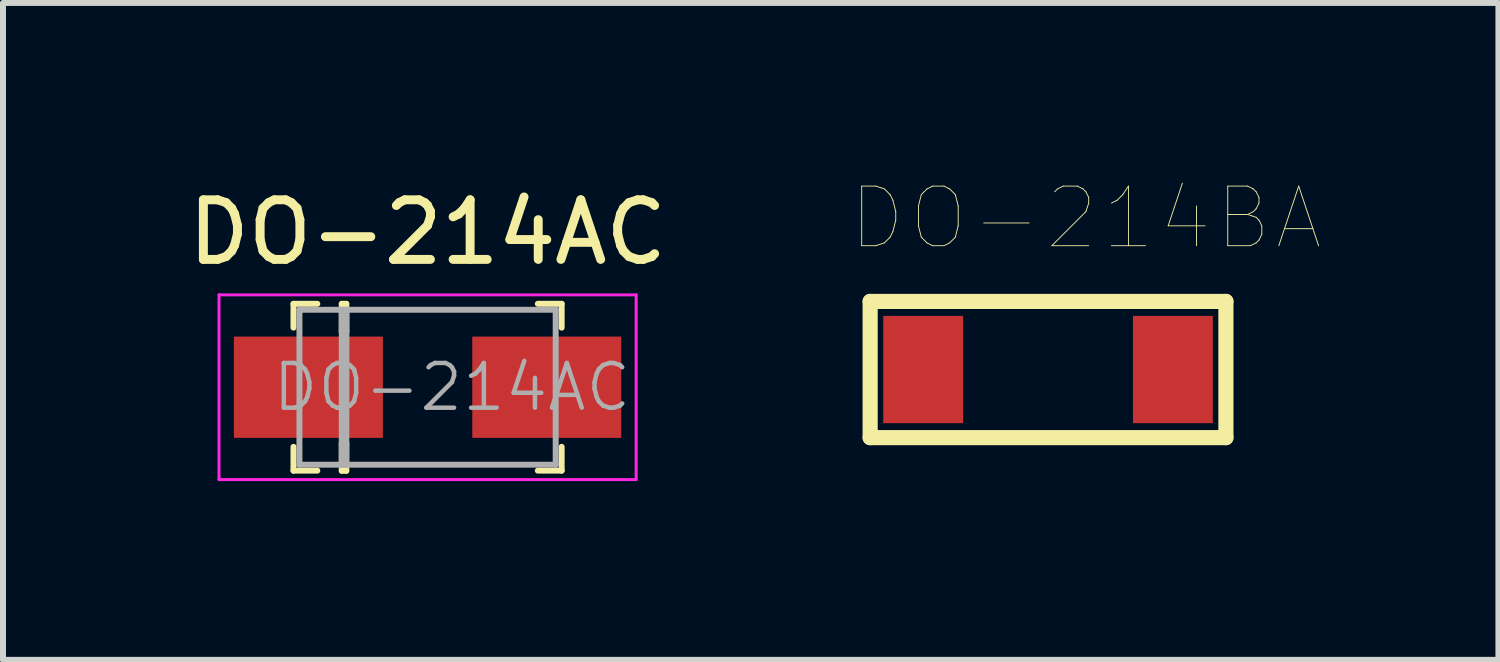
<source format=kicad_pcb>
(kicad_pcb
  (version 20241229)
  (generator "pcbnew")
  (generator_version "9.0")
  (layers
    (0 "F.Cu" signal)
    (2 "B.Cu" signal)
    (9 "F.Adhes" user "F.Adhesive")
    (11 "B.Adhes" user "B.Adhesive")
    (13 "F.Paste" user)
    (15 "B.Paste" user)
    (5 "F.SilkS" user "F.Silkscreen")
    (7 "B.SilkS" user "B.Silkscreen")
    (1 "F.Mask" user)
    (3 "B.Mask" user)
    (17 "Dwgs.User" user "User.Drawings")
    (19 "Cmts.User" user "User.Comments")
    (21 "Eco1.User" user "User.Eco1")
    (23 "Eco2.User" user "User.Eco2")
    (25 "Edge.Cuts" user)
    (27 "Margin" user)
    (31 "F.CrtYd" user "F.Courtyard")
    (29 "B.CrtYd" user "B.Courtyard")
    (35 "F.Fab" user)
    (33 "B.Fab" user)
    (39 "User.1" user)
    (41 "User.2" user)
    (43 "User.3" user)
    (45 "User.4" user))
  (footprint "DO-214BA"
    (layer "F.Cu")
    (at 14.537 3.151)
    (property "Reference" "DO-214BA" (at 0.635 -2.54 0) (layer "F.SilkS") (effects (font (size 1 1) (thickness 0.015))))
    (attr through_hole)
    (fp_line (start -2.985 -1.143) (end 2.985 -1.143) (stroke (width 0.254) (type solid)) (layer "F.SilkS"))
    (fp_line (start -2.985 1.143) (end -2.985 -1.143) (stroke (width 0.254) (type solid)) (layer "F.SilkS"))
    (fp_line (start 2.985 -1.143) (end 2.985 1.143) (stroke (width 0.254) (type solid)) (layer "F.SilkS"))
    (fp_line (start 2.985 1.143) (end -2.985 1.143) (stroke (width 0.254) (type solid)) (layer "F.SilkS"))
    (pad "1" smd rect (at -2.095 0 90) (size 1.8 1.34) (layers "F.Cu" "F.Mask" "F.Paste"))
    (pad "2" smd rect (at 2.095 0 90) (size 1.8 1.34) (layers "F.Cu" "F.Mask" "F.Paste")))
  (footprint "DO-214AC"
    (layer "F.Cu")
    (at 4.125 3.448)
    (property "Reference" "DO-214AC" (at 0 -2.6 0) (layer "F.SilkS") (effects (font (size 1 1) (thickness 0.15))))
    (attr smd)
    (fp_line (start -2.25 -1.4) (end -2.25 -1) (stroke (width 0.1) (type solid)) (layer "F.SilkS"))
    (fp_line (start -2.25 -1.4) (end -1.85 -1.4) (stroke (width 0.1) (type solid)) (layer "F.SilkS"))
    (fp_line (start -2.25 1.4) (end -2.25 1) (stroke (width 0.1) (type solid)) (layer "F.SilkS"))
    (fp_line (start -2.25 1.4) (end -1.85 1.4) (stroke (width 0.1) (type solid)) (layer "F.SilkS"))
    (fp_line (start -1.44 -1.4) (end -1.44 -0.935) (stroke (width 0.1) (type solid)) (layer "F.SilkS"))
    (fp_line (start -1.44 -0.935) (end -1.364 -0.935) (stroke (width 0.1) (type solid)) (layer "F.SilkS"))
    (fp_line (start -1.44 0.942) (end -1.364 0.942) (stroke (width 0.1) (type solid)) (layer "F.SilkS"))
    (fp_line (start -1.44 1.402) (end -1.44 0.942) (stroke (width 0.1) (type solid)) (layer "F.SilkS"))
    (fp_line (start -1.364 -1.4) (end -1.44 -1.4) (stroke (width 0.1) (type solid)) (layer "F.SilkS"))
    (fp_line (start -1.364 -0.935) (end -1.364 -1.4) (stroke (width 0.1) (type solid)) (layer "F.SilkS"))
    (fp_line (start -1.364 0.942) (end -1.364 1.402) (stroke (width 0.1) (type solid)) (layer "F.SilkS"))
    (fp_line (start -1.364 1.402) (end -1.44 1.402) (stroke (width 0.1) (type solid)) (layer "F.SilkS"))
    (fp_line (start 2.25 -1.4) (end 1.85 -1.4) (stroke (width 0.1) (type solid)) (layer "F.SilkS"))
    (fp_line (start 2.25 -1.4) (end 2.25 -1) (stroke (width 0.1) (type solid)) (layer "F.SilkS"))
    (fp_line (start 2.25 1.4) (end 1.85 1.4) (stroke (width 0.1) (type solid)) (layer "F.SilkS"))
    (fp_line (start 2.25 1.4) (end 2.25 1) (stroke (width 0.1) (type solid)) (layer "F.SilkS"))
    (fp_line (start -3.5 -1.55) (end -3.5 1.55) (stroke (width 0.05) (type solid)) (layer "F.CrtYd"))
    (fp_line (start -3.5 -1.55) (end 3.5 -1.55) (stroke (width 0.05) (type solid)) (layer "F.CrtYd"))
    (fp_line (start -3.5 1.55) (end 3.5 1.55) (stroke (width 0.05) (type solid)) (layer "F.CrtYd"))
    (fp_line (start 3.5 -1.55) (end 3.5 1.55) (stroke (width 0.05) (type solid)) (layer "F.CrtYd"))
    (fp_line (start -2.15 -1.3) (end -2.15 1.3) (stroke (width 0.1) (type solid)) (layer "F.Fab"))
    (fp_line (start -2.15 -1.3) (end 2.15 -1.3) (stroke (width 0.1) (type solid)) (layer "F.Fab"))
    (fp_line (start -2.15 1.3) (end 2.15 1.3) (stroke (width 0.1) (type solid)) (layer "F.Fab"))
    (fp_line (start -1.44 -1.3) (end -1.44 1.3) (stroke (width 0.1) (type solid)) (layer "F.Fab"))
    (fp_line (start -1.44 1.3) (end -1.364 1.3) (stroke (width 0.1) (type solid)) (layer "F.Fab"))
    (fp_line (start -1.364 1.3) (end -1.361 -1.3) (stroke (width 0.1) (type solid)) (layer "F.Fab"))
    (fp_line (start -1.361 -1.3) (end -1.44 -1.3) (stroke (width 0.1) (type solid)) (layer "F.Fab"))
    (fp_line (start 2.15 -1.3) (end 2.15 1.3) (stroke (width 0.1) (type solid)) (layer "F.Fab"))
    (fp_text user "${REFERENCE}" (at 0.409 0 0) (layer "F.Fab") (effects (font (size 0.75 0.75) (thickness 0.075))))
    (pad "A" smd rect (at 2 0) (size 2.5 1.7) (layers "F.Cu" "F.Mask" "F.Paste"))
    (pad "K" smd rect (at -2 0) (size 2.5 1.7) (layers "F.Cu" "F.Mask" "F.Paste")))
  (gr_rect
    (start -3 -3)
    (end 22.095 8.023)
    (stroke (width 0.1) (type default))
    (fill no)
    (layer "Edge.Cuts")))
</source>
